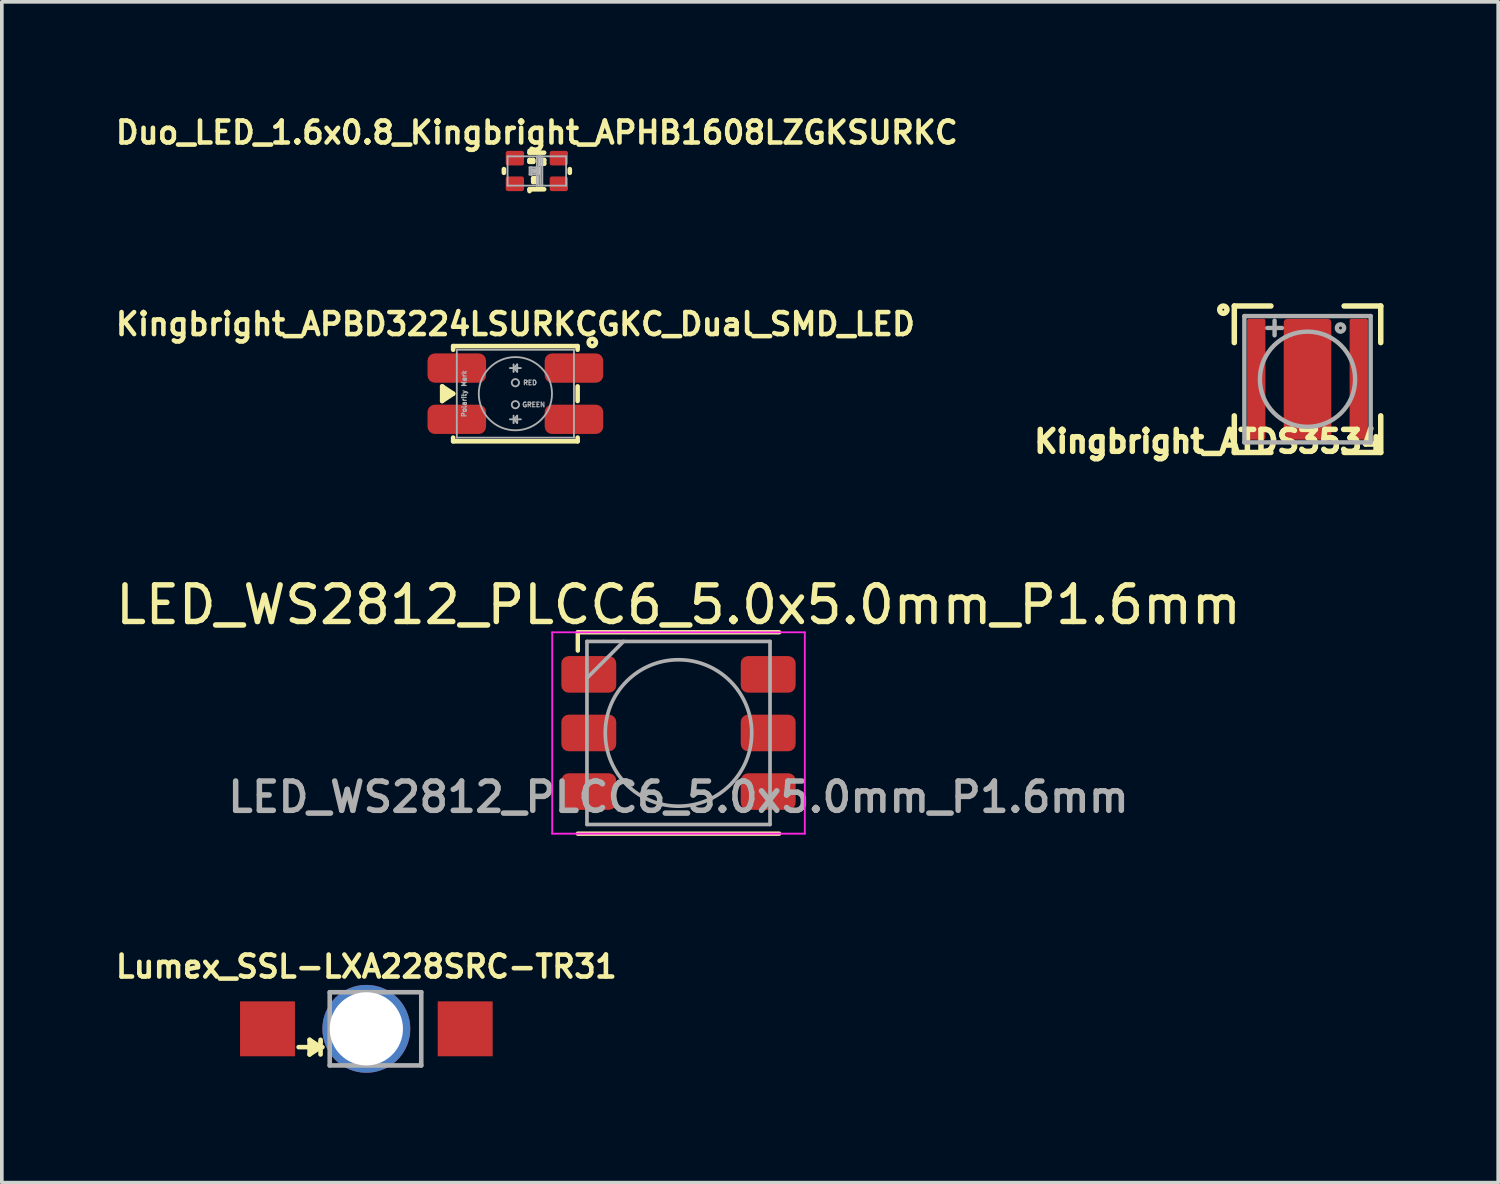
<source format=kicad_pcb>
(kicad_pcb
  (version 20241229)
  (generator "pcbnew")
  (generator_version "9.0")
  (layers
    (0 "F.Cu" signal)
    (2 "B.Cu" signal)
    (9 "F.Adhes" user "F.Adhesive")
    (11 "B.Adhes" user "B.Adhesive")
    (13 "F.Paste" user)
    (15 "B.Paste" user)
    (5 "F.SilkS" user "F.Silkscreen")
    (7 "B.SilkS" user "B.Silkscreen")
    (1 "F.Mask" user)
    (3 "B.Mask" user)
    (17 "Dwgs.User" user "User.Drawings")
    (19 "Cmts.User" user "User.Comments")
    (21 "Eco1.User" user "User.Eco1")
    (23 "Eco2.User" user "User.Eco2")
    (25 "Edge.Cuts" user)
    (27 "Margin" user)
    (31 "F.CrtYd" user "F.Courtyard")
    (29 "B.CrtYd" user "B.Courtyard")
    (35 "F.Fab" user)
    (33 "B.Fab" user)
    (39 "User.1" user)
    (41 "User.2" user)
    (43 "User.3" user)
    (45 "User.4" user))
  (footprint "Lumex_SSL-LXA228SRC-TR31"
    (layer "F.Cu")
    (at 6.956 25.051)
    (property "Reference" "Lumex_SSL-LXA228SRC-TR31" (at 0 -1.7 0) (layer "F.SilkS") (effects (font (size 0.6 0.6) (thickness 0.125))))
    (attr smd)
    (fp_line (start -1.85 0.5) (end -1.2 0.5) (stroke (width 0.125) (type solid)) (layer "F.SilkS"))
    (fp_line (start -1.55 0.3) (end -1.25 0.5) (stroke (width 0.125) (type solid)) (layer "F.SilkS"))
    (fp_line (start -1.55 0.7) (end -1.55 0.3) (stroke (width 0.125) (type solid)) (layer "F.SilkS"))
    (fp_line (start -1.5 0.45) (end -1.45 0.55) (stroke (width 0.125) (type solid)) (layer "F.SilkS"))
    (fp_line (start -1.25 0.35) (end -1.25 0.3) (stroke (width 0.125) (type solid)) (layer "F.SilkS"))
    (fp_line (start -1.25 0.35) (end -1.25 0.7) (stroke (width 0.125) (type solid)) (layer "F.SilkS"))
    (fp_line (start -1.25 0.5) (end -1.55 0.7) (stroke (width 0.125) (type solid)) (layer "F.SilkS"))
    (fp_line (start -1.25 0.5) (end -1.5 0.45) (stroke (width 0.125) (type solid)) (layer "F.SilkS"))
    (fp_line (start -1 -1) (end -1 1) (stroke (width 0.125) (type solid)) (layer "F.Fab"))
    (fp_line (start -1 1) (end 1.5 1) (stroke (width 0.125) (type solid)) (layer "F.Fab"))
    (fp_line (start 1.5 -1) (end -1 -1) (stroke (width 0.125) (type solid)) (layer "F.Fab"))
    (fp_line (start 1.5 1) (end 1.5 -1) (stroke (width 0.125) (type solid)) (layer "F.Fab"))
    (pad "0" thru_hole circle (at 0 0) (size 2.4 2.4) (drill 2) (layers "*.Cu" "*.Mask"))
    (pad "1" smd rect (at -2.7 0) (size 1.5 1.5) (layers "F.Cu" "F.Mask" "F.Paste"))
    (pad "2" smd rect (at 2.7 0) (size 1.5 1.5) (layers "F.Cu" "F.Mask" "F.Paste")))
  (footprint "Kingbright_ATDS3534"
    (layer "F.Cu")
    (at 32.663 7.308)
    (property "Reference" "Kingbright_ATDS3534" (at -2.7 1.7 0) (layer "F.SilkS") (effects (font (size 0.6 0.6) (thickness 0.15))))
    (attr smd)
    (fp_line (start -2 -2) (end -2 -1) (stroke (width 0.15) (type solid)) (layer "F.SilkS"))
    (fp_line (start -2 -2) (end -1 -2) (stroke (width 0.15) (type solid)) (layer "F.SilkS"))
    (fp_line (start -2 2) (end -2 1) (stroke (width 0.15) (type solid)) (layer "F.SilkS"))
    (fp_line (start -1 2) (end -2 2) (stroke (width 0.15) (type solid)) (layer "F.SilkS"))
    (fp_line (start 1 -2) (end 2 -2) (stroke (width 0.15) (type solid)) (layer "F.SilkS"))
    (fp_line (start 2 -2) (end 2 -1) (stroke (width 0.15) (type solid)) (layer "F.SilkS"))
    (fp_line (start 2 1) (end 2 2) (stroke (width 0.15) (type solid)) (layer "F.SilkS"))
    (fp_line (start 2 2) (end 1 2) (stroke (width 0.15) (type solid)) (layer "F.SilkS"))
    (fp_circle (center -2.3 -1.9) (end -2.3 -2) (stroke (width 0.15) (type solid)) (fill no) (layer "F.SilkS"))
    (fp_line (start -1.725 -1.725) (end 1.725 -1.725) (stroke (width 0.12) (type solid)) (layer "F.Fab"))
    (fp_line (start -1.725 1.725) (end -1.725 -1.725) (stroke (width 0.12) (type solid)) (layer "F.Fab"))
    (fp_line (start -1.1 -1.4) (end -0.7 -1.4) (stroke (width 0.12) (type solid)) (layer "F.Fab"))
    (fp_line (start -0.9 -1.6) (end -0.9 -1.2) (stroke (width 0.12) (type solid)) (layer "F.Fab"))
    (fp_line (start 1.725 -1.725) (end 1.725 1.725) (stroke (width 0.12) (type solid)) (layer "F.Fab"))
    (fp_line (start 1.725 1.725) (end -1.725 1.725) (stroke (width 0.12) (type solid)) (layer "F.Fab"))
    (fp_circle (center 0 0) (end 1.3 0) (stroke (width 0.12) (type solid)) (fill no) (layer "F.Fab"))
    (fp_circle (center 0.9 -1.4) (end 1 -1.4) (stroke (width 0.12) (type solid)) (fill no) (layer "F.Fab"))
    (pad "A" smd roundrect (at -1.4 0) (size 0.5 3.3) (layers "F.Cu" "F.Mask" "F.Paste") (roundrect_rratio 0.1))
    (pad "K" smd roundrect (at 1.4 0) (size 0.5 3.3) (layers "F.Cu" "F.Mask" "F.Paste") (roundrect_rratio 0.1))
    (pad "MP" smd roundrect (at 0 0) (size 1.3 3.3) (layers "F.Cu" "F.Mask" "F.Paste") (roundrect_rratio 0.077)))
  (footprint "LED_WS2812_PLCC6_5.0x5.0mm_P1.6mm"
    (layer "F.Cu")
    (at 15.482 16.97)
    (property "Reference" "LED_WS2812_PLCC6_5.0x5.0mm_P1.6mm" (at 0 -3.5 0) (layer "F.SilkS") (effects (font (size 1 1) (thickness 0.15))))
    (attr smd)
    (fp_line (start -2.75 -2.75) (end 2.75 -2.75) (stroke (width 0.12) (type solid)) (layer "F.SilkS"))
    (fp_line (start -2.75 -2.25) (end -2.75 -2.75) (stroke (width 0.12) (type solid)) (layer "F.SilkS"))
    (fp_line (start -2.75 2.75) (end 2.75 2.75) (stroke (width 0.12) (type solid)) (layer "F.SilkS"))
    (fp_line (start -3.45 -2.75) (end -3.45 2.75) (stroke (width 0.05) (type solid)) (layer "F.CrtYd"))
    (fp_line (start -3.45 2.75) (end 3.45 2.75) (stroke (width 0.05) (type solid)) (layer "F.CrtYd"))
    (fp_line (start 3.45 -2.75) (end -3.45 -2.75) (stroke (width 0.05) (type solid)) (layer "F.CrtYd"))
    (fp_line (start 3.45 2.75) (end 3.45 -2.75) (stroke (width 0.05) (type solid)) (layer "F.CrtYd"))
    (fp_line (start -2.5 -2.5) (end 2.5 -2.5) (stroke (width 0.1) (type solid)) (layer "F.Fab"))
    (fp_line (start -2.5 -1.5) (end -1.5 -2.5) (stroke (width 0.1) (type solid)) (layer "F.Fab"))
    (fp_line (start -2.5 2.5) (end -2.5 -2.5) (stroke (width 0.1) (type solid)) (layer "F.Fab"))
    (fp_line (start 2.5 -2.5) (end 2.5 2.5) (stroke (width 0.1) (type solid)) (layer "F.Fab"))
    (fp_line (start 2.5 2.5) (end -2.5 2.5) (stroke (width 0.1) (type solid)) (layer "F.Fab"))
    (fp_circle (center 0 0) (end 0 -2) (stroke (width 0.1) (type solid)) (fill no) (layer "F.Fab"))
    (fp_text user "${REFERENCE}" (at 0 1.75 0) (layer "F.Fab") (effects (font (size 0.8 0.8) (thickness 0.15))))
    (pad "1" smd roundrect (at -2.45 -1.6) (size 1.5 1) (layers "F.Cu" "F.Mask" "F.Paste") (roundrect_rratio 0.2))
    (pad "2" smd roundrect (at -2.45 0) (size 1.5 1) (layers "F.Cu" "F.Mask" "F.Paste") (roundrect_rratio 0.2))
    (pad "3" smd roundrect (at -2.45 1.6) (size 1.5 1) (layers "F.Cu" "F.Mask" "F.Paste") (roundrect_rratio 0.2))
    (pad "4" smd roundrect (at 2.45 1.6) (size 1.5 1) (layers "F.Cu" "F.Mask" "F.Paste") (roundrect_rratio 0.2))
    (pad "5" smd roundrect (at 2.45 0) (size 1.5 1) (layers "F.Cu" "F.Mask" "F.Paste") (roundrect_rratio 0.2))
    (pad "6" smd roundrect (at 2.45 -1.6) (size 1.5 1) (layers "F.Cu" "F.Mask" "F.Paste") (roundrect_rratio 0.2)))
  (footprint "Kingbright_APBD3224LSURKCGKC_Dual_SMD_LED"
    (layer "F.Cu")
    (at 11.027 7.703)
    (property "Reference" "Kingbright_APBD3224LSURKCGKC_Dual_SMD_LED" (at 0 -1.9 0) (layer "F.SilkS") (effects (font (size 0.6 0.6) (thickness 0.125))))
    (attr through_hole)
    (fp_line (start -2 -0.2) (end -2 0.2) (stroke (width 0.125) (type solid)) (layer "F.SilkS"))
    (fp_line (start -2 0.2) (end -1.7 0) (stroke (width 0.125) (type solid)) (layer "F.SilkS"))
    (fp_line (start -1.9 -0.1) (end -1.9 0.1) (stroke (width 0.125) (type solid)) (layer "F.SilkS"))
    (fp_line (start -1.9 0.1) (end -1.8 0) (stroke (width 0.125) (type solid)) (layer "F.SilkS"))
    (fp_line (start -1.7 -1.3) (end 1.7 -1.3) (stroke (width 0.125) (type solid)) (layer "F.SilkS"))
    (fp_line (start -1.7 -1.2) (end -1.7 -1.3) (stroke (width 0.125) (type solid)) (layer "F.SilkS"))
    (fp_line (start -1.7 0) (end -2 -0.2) (stroke (width 0.125) (type solid)) (layer "F.SilkS"))
    (fp_line (start -1.7 1.2) (end -1.7 1.3) (stroke (width 0.125) (type solid)) (layer "F.SilkS"))
    (fp_line (start -1.7 1.3) (end 1.7 1.3) (stroke (width 0.125) (type solid)) (layer "F.SilkS"))
    (fp_line (start 1.7 -1.3) (end 1.7 -1.2) (stroke (width 0.125) (type solid)) (layer "F.SilkS"))
    (fp_line (start 1.7 -0.2) (end 1.7 0.2) (stroke (width 0.125) (type solid)) (layer "F.SilkS"))
    (fp_line (start 1.7 1.3) (end 1.7 1.2) (stroke (width 0.125) (type solid)) (layer "F.SilkS"))
    (fp_circle (center 2.1 -1.4) (end 2.1 -1.5) (stroke (width 0.125) (type solid)) (fill no) (layer "F.SilkS"))
    (fp_line (start -1.6 -1.2) (end 1.6 -1.2) (stroke (width 0.05) (type solid)) (layer "F.Fab"))
    (fp_line (start -1.6 1.2) (end -1.6 -1.2) (stroke (width 0.05) (type solid)) (layer "F.Fab"))
    (fp_line (start -0.15 -0.7) (end 0.15 -0.7) (stroke (width 0.05) (type solid)) (layer "F.Fab"))
    (fp_line (start -0.15 0.7) (end 0.15 0.7) (stroke (width 0.05) (type solid)) (layer "F.Fab"))
    (fp_line (start -0.05 -0.8) (end -0.05 -0.6) (stroke (width 0.05) (type solid)) (layer "F.Fab"))
    (fp_line (start -0.05 -0.7) (end 0.05 -0.8) (stroke (width 0.05) (type solid)) (layer "F.Fab"))
    (fp_line (start -0.05 -0.6) (end -0.05 -0.6) (stroke (width 0.05) (type solid)) (layer "F.Fab"))
    (fp_line (start -0.05 0.6) (end -0.05 0.8) (stroke (width 0.05) (type solid)) (layer "F.Fab"))
    (fp_line (start -0.05 0.7) (end 0.05 0.6) (stroke (width 0.05) (type solid)) (layer "F.Fab"))
    (fp_line (start -0.05 0.8) (end -0.05 0.8) (stroke (width 0.05) (type solid)) (layer "F.Fab"))
    (fp_line (start 0.05 -0.8) (end 0.05 -0.6) (stroke (width 0.05) (type solid)) (layer "F.Fab"))
    (fp_line (start 0.05 -0.6) (end -0.05 -0.7) (stroke (width 0.05) (type solid)) (layer "F.Fab"))
    (fp_line (start 0.05 0.6) (end 0.05 0.8) (stroke (width 0.05) (type solid)) (layer "F.Fab"))
    (fp_line (start 0.05 0.8) (end -0.05 0.7) (stroke (width 0.05) (type solid)) (layer "F.Fab"))
    (fp_line (start 1.6 -1.2) (end 1.6 1.2) (stroke (width 0.05) (type solid)) (layer "F.Fab"))
    (fp_line (start 1.6 1.2) (end -1.6 1.2) (stroke (width 0.05) (type solid)) (layer "F.Fab"))
    (fp_circle (center 0 -0.3) (end 0 -0.4) (stroke (width 0.05) (type solid)) (fill no) (layer "F.Fab"))
    (fp_circle (center 0 0) (end 0 -1) (stroke (width 0.05) (type solid)) (fill no) (layer "F.Fab"))
    (fp_circle (center 0 0.3) (end 0 0.2) (stroke (width 0.05) (type solid)) (fill no) (layer "F.Fab"))
    (fp_text user "Polarity Mark" (at -1.4 0 90) (layer "F.Fab") (effects (font (size 0.127 0.127) (thickness 0.032))))
    (fp_text user "RED" (at 0.4 -0.3 0) (layer "F.Fab") (effects (font (size 0.127 0.127) (thickness 0.032))))
    (fp_text user "GREEN" (at 0.5 0.3 0) (layer "F.Fab") (effects (font (size 0.127 0.127) (thickness 0.032))))
    (pad "A1" smd roundrect (at 1.6 -0.7) (size 1.6 0.8) (layers "F.Cu" "F.Mask" "F.Paste") (roundrect_rratio 0.25))
    (pad "A2" smd roundrect (at 1.6 0.7) (size 1.6 0.8) (layers "F.Cu" "F.Mask" "F.Paste") (roundrect_rratio 0.25))
    (pad "K1" smd roundrect (at -1.6 -0.7) (size 1.6 0.8) (layers "F.Cu" "F.Mask" "F.Paste") (roundrect_rratio 0.25))
    (pad "K2" smd roundrect (at -1.6 0.7) (size 1.6 0.8) (layers "F.Cu" "F.Mask" "F.Paste") (roundrect_rratio 0.25)))
  (footprint "Duo_LED_1.6x0.8_Kingbright_APHB1608LZGKSURKC"
    (layer "F.Cu")
    (at 11.613 1.62)
    (property "Reference" "Duo_LED_1.6x0.8_Kingbright_APHB1608LZGKSURKC" (at 0 -1.05 0) (layer "F.SilkS") (effects (font (size 0.6 0.6) (thickness 0.125))))
    (attr smd)
    (fp_line (start -0.9 -0.05) (end -0.9 0.05) (stroke (width 0.125) (type solid)) (layer "F.SilkS"))
    (fp_line (start -0.2 -0.5) (end -0.2 -0.55) (stroke (width 0.125) (type solid)) (layer "F.SilkS"))
    (fp_line (start -0.2 -0.5) (end 0.2 -0.5) (stroke (width 0.125) (type solid)) (layer "F.SilkS"))
    (fp_line (start -0.2 -0.3) (end -0.2 -0.25) (stroke (width 0.125) (type solid)) (layer "F.SilkS"))
    (fp_line (start -0.2 -0.3) (end -0.1 -0.3) (stroke (width 0.125) (type solid)) (layer "F.SilkS"))
    (fp_line (start -0.2 -0.25) (end -0.1 -0.25) (stroke (width 0.125) (type solid)) (layer "F.SilkS"))
    (fp_line (start -0.2 0.5) (end -0.2 0.55) (stroke (width 0.125) (type solid)) (layer "F.SilkS"))
    (fp_line (start -0.2 0.5) (end 0.2 0.5) (stroke (width 0.125) (type solid)) (layer "F.SilkS"))
    (fp_line (start -0.1 -0.25) (end -0.1 -0.3) (stroke (width 0.125) (type solid)) (layer "F.SilkS"))
    (fp_line (start -0.1 0.2) (end 0 0.2) (stroke (width 0.125) (type solid)) (layer "F.SilkS"))
    (fp_line (start -0.1 0.3) (end -0.1 0.2) (stroke (width 0.125) (type solid)) (layer "F.SilkS"))
    (fp_line (start -0.05 0) (end 0.05 0) (stroke (width 0.125) (type solid)) (layer "F.SilkS"))
    (fp_line (start 0 0.2) (end 0 0.3) (stroke (width 0.125) (type solid)) (layer "F.SilkS"))
    (fp_line (start 0 0.3) (end -0.1 0.3) (stroke (width 0.125) (type solid)) (layer "F.SilkS"))
    (fp_line (start 0.05 0) (end 0.05 -0.05) (stroke (width 0.125) (type solid)) (layer "F.SilkS"))
    (fp_line (start 0.05 0) (end 0.05 0.05) (stroke (width 0.125) (type solid)) (layer "F.SilkS"))
    (fp_line (start 0.1 -0.3) (end 0.2 -0.3) (stroke (width 0.125) (type solid)) (layer "F.SilkS"))
    (fp_line (start 0.1 -0.2) (end 0.1 -0.3) (stroke (width 0.125) (type solid)) (layer "F.SilkS"))
    (fp_line (start 0.2 -0.3) (end 0.2 -0.2) (stroke (width 0.125) (type solid)) (layer "F.SilkS"))
    (fp_line (start 0.2 -0.2) (end 0.1 -0.2) (stroke (width 0.125) (type solid)) (layer "F.SilkS"))
    (fp_line (start 0.9 -0.05) (end 0.9 0.05) (stroke (width 0.125) (type solid)) (layer "F.SilkS"))
    (fp_line (start -0.8 -0.4) (end 0.8 -0.4) (stroke (width 0.05) (type solid)) (layer "F.Fab"))
    (fp_line (start -0.8 0.4) (end -0.8 -0.4) (stroke (width 0.05) (type solid)) (layer "F.Fab"))
    (fp_line (start -0.2 -0.1) (end -0.2 0.1) (stroke (width 0.05) (type solid)) (layer "F.Fab"))
    (fp_line (start -0.2 0.1) (end -0.15 0.1) (stroke (width 0.05) (type solid)) (layer "F.Fab"))
    (fp_line (start -0.15 -0.1) (end -0.2 -0.1) (stroke (width 0.05) (type solid)) (layer "F.Fab"))
    (fp_line (start -0.15 -0.1) (end -0.15 0.1) (stroke (width 0.05) (type solid)) (layer "F.Fab"))
    (fp_line (start -0.15 -0.1) (end 0 -0.1) (stroke (width 0.05) (type solid)) (layer "F.Fab"))
    (fp_line (start -0.15 -0.05) (end -0.15 0) (stroke (width 0.05) (type solid)) (layer "F.Fab"))
    (fp_line (start -0.15 0) (end 0 0) (stroke (width 0.05) (type solid)) (layer "F.Fab"))
    (fp_line (start -0.15 0.05) (end -0.15 0.1) (stroke (width 0.05) (type solid)) (layer "F.Fab"))
    (fp_line (start -0.15 0.1) (end 0 0.1) (stroke (width 0.05) (type solid)) (layer "F.Fab"))
    (fp_line (start 0 -0.4) (end 0 0.4) (stroke (width 0.05) (type solid)) (layer "F.Fab"))
    (fp_line (start 0 -0.1) (end 0 -0.05) (stroke (width 0.05) (type solid)) (layer "F.Fab"))
    (fp_line (start 0 -0.05) (end -0.15 -0.05) (stroke (width 0.05) (type solid)) (layer "F.Fab"))
    (fp_line (start 0 0) (end 0 0.05) (stroke (width 0.05) (type solid)) (layer "F.Fab"))
    (fp_line (start 0 0.05) (end -0.15 0.05) (stroke (width 0.05) (type solid)) (layer "F.Fab"))
    (fp_line (start 0 0.4) (end 0.05 0.4) (stroke (width 0.05) (type solid)) (layer "F.Fab"))
    (fp_line (start 0.05 -0.4) (end 0.1 -0.4) (stroke (width 0.05) (type solid)) (layer "F.Fab"))
    (fp_line (start 0.05 0.4) (end 0.05 -0.4) (stroke (width 0.05) (type solid)) (layer "F.Fab"))
    (fp_line (start 0.1 -0.4) (end 0.1 0.4) (stroke (width 0.05) (type solid)) (layer "F.Fab"))
    (fp_line (start 0.1 0.4) (end 0.15 0.4) (stroke (width 0.05) (type solid)) (layer "F.Fab"))
    (fp_line (start 0.15 0.4) (end 0.15 -0.4) (stroke (width 0.05) (type solid)) (layer "F.Fab"))
    (fp_line (start 0.8 -0.4) (end 0.8 0.4) (stroke (width 0.05) (type solid)) (layer "F.Fab"))
    (fp_line (start 0.8 0.4) (end -0.8 0.4) (stroke (width 0.05) (type solid)) (layer "F.Fab"))
    (pad "GA" smd roundrect (at 0.6 0.35) (size 0.5 0.4) (layers "F.Cu" "F.Mask" "F.Paste") (roundrect_rratio 0.15))
    (pad "GK" smd roundrect (at -0.6 0.35) (size 0.5 0.4) (layers "F.Cu" "F.Mask" "F.Paste") (roundrect_rratio 0.15))
    (pad "RA" smd roundrect (at 0.6 -0.35) (size 0.5 0.4) (layers "F.Cu" "F.Mask" "F.Paste") (roundrect_rratio 0.15))
    (pad "RK" smd roundrect (at -0.6 -0.35) (size 0.5 0.4) (layers "F.Cu" "F.Mask" "F.Paste") (roundrect_rratio 0.15)))
  (gr_rect
    (start -3 -3)
    (end 37.871 29.251)
    (stroke (width 0.1) (type default))
    (fill no)
    (layer "Edge.Cuts")))
</source>
